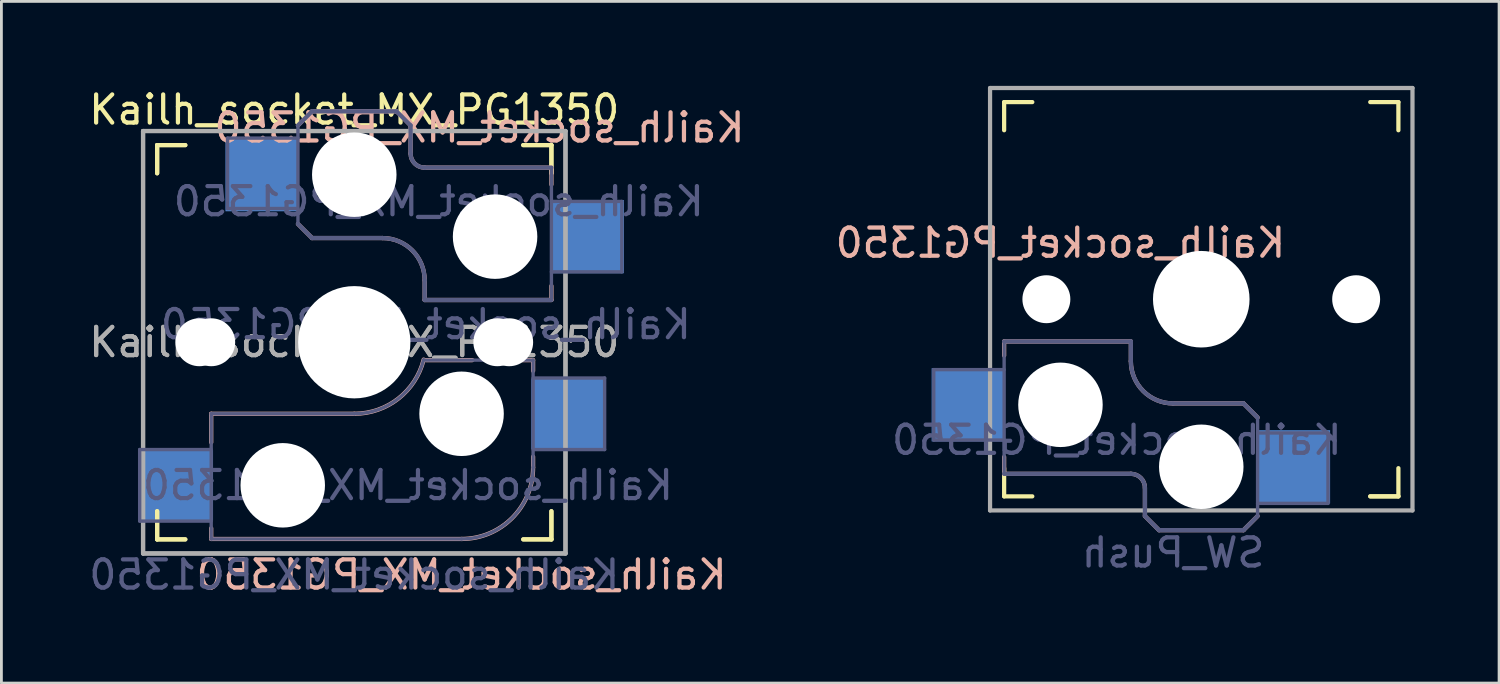
<source format=kicad_pcb>
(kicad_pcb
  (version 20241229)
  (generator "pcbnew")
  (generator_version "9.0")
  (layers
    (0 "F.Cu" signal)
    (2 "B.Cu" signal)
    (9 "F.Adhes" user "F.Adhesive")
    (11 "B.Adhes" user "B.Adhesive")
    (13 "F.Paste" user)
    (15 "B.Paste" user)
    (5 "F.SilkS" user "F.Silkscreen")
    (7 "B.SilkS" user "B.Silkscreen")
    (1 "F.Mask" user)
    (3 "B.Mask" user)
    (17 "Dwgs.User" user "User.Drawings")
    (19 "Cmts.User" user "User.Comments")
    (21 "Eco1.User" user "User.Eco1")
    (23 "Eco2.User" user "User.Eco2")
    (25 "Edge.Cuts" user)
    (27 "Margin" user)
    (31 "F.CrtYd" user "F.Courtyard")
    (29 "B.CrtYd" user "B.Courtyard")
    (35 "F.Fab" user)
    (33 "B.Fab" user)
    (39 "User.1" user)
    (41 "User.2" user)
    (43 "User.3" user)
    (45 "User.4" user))
  (footprint "Kailh_socket_MX_PG1350"
    (layer "F.Cu")
    (at 9.53 9.103)
    (property "Reference" "Kailh_socket_MX_PG1350" (at 0 -8.255 0) (layer "F.SilkS") (effects (font (size 1 1) (thickness 0.15))))
    (property "Value" "Kailh_socket_MX_PG1350" (at 0 8.25 0) (layer "F.Fab") (hide yes) (effects (font (size 1 1) (thickness 0.15))))
    (attr through_hole)
    (fp_line (start -7 -6) (end -7 -7) (stroke (width 0.15) (type solid)) (layer "F.SilkS"))
    (fp_line (start -7 -6) (end -7 -7) (stroke (width 0.15) (type solid)) (layer "F.SilkS"))
    (fp_line (start -7 7) (end -7 6) (stroke (width 0.15) (type solid)) (layer "F.SilkS"))
    (fp_line (start -7 7) (end -7 6) (stroke (width 0.15) (type solid)) (layer "F.SilkS"))
    (fp_line (start -7 7) (end -6 7) (stroke (width 0.15) (type solid)) (layer "F.SilkS"))
    (fp_line (start -7 7) (end -6 7) (stroke (width 0.15) (type solid)) (layer "F.SilkS"))
    (fp_line (start -6 -7) (end -7 -7) (stroke (width 0.15) (type solid)) (layer "F.SilkS"))
    (fp_line (start -6 -7) (end -7 -7) (stroke (width 0.15) (type solid)) (layer "F.SilkS"))
    (fp_line (start 6 7) (end 7 7) (stroke (width 0.15) (type solid)) (layer "F.SilkS"))
    (fp_line (start 6 7) (end 7 7) (stroke (width 0.15) (type solid)) (layer "F.SilkS"))
    (fp_line (start 7 -7) (end 6 -7) (stroke (width 0.15) (type solid)) (layer "F.SilkS"))
    (fp_line (start 7 -7) (end 6 -7) (stroke (width 0.15) (type solid)) (layer "F.SilkS"))
    (fp_line (start 7 -7) (end 7 -6) (stroke (width 0.15) (type solid)) (layer "F.SilkS"))
    (fp_line (start 7 -7) (end 7 -6) (stroke (width 0.15) (type solid)) (layer "F.SilkS"))
    (fp_line (start 7 6) (end 7 7) (stroke (width 0.15) (type solid)) (layer "F.SilkS"))
    (fp_line (start 7 6) (end 7 7) (stroke (width 0.15) (type solid)) (layer "F.SilkS"))
    (fp_line (start -5.08 2.54) (end -5.08 3.556) (stroke (width 0.15) (type solid)) (layer "B.SilkS"))
    (fp_line (start -5.08 6.604) (end -5.08 6.985) (stroke (width 0.15) (type solid)) (layer "B.SilkS"))
    (fp_line (start -5.08 6.985) (end 3.81 6.985) (stroke (width 0.15) (type solid)) (layer "B.SilkS"))
    (fp_line (start -2 -7.7) (end -1.5 -8.2) (stroke (width 0.15) (type solid)) (layer "B.SilkS"))
    (fp_line (start -2 -4.2) (end -1.5 -3.7) (stroke (width 0.15) (type solid)) (layer "B.SilkS"))
    (fp_line (start -1.5 -8.2) (end 1.5 -8.2) (stroke (width 0.15) (type solid)) (layer "B.SilkS"))
    (fp_line (start -1.5 -3.7) (end 1 -3.7) (stroke (width 0.15) (type solid)) (layer "B.SilkS"))
    (fp_line (start 0 2.54) (end -5.08 2.54) (stroke (width 0.15) (type solid)) (layer "B.SilkS"))
    (fp_line (start 1.5 -8.2) (end 2 -7.7) (stroke (width 0.15) (type solid)) (layer "B.SilkS"))
    (fp_line (start 2 -6.7) (end 2 -7.7) (stroke (width 0.15) (type solid)) (layer "B.SilkS"))
    (fp_line (start 2.5 -2.2) (end 2.5 -1.5) (stroke (width 0.15) (type solid)) (layer "B.SilkS"))
    (fp_line (start 2.5 -1.5) (end 7 -1.5) (stroke (width 0.15) (type solid)) (layer "B.SilkS"))
    (fp_line (start 4.191 0.635) (end 2.54 0.635) (stroke (width 0.15) (type solid)) (layer "B.SilkS"))
    (fp_line (start 6.35 0.635) (end 5.969 0.635) (stroke (width 0.15) (type solid)) (layer "B.SilkS"))
    (fp_line (start 6.35 1.016) (end 6.35 0.635) (stroke (width 0.15) (type solid)) (layer "B.SilkS"))
    (fp_line (start 6.35 4.445) (end 6.35 4.064) (stroke (width 0.15) (type solid)) (layer "B.SilkS"))
    (fp_line (start 7 -6.2) (end 2.5 -6.2) (stroke (width 0.15) (type solid)) (layer "B.SilkS"))
    (fp_line (start 7 -5.6) (end 7 -6.2) (stroke (width 0.15) (type solid)) (layer "B.SilkS"))
    (fp_line (start 7 -1.5) (end 7 -2) (stroke (width 0.15) (type solid)) (layer "B.SilkS"))
    (fp_arc (start 1 -3.7) (mid 2.06066 -3.26066) (end 2.5 -2.2) (stroke (width 0.15) (type solid)) (layer "B.SilkS"))
    (fp_arc (start 2.464162 0.61604) (mid 1.563147 2.002042) (end 0 2.54) (stroke (width 0.15) (type solid)) (layer "B.SilkS"))
    (fp_arc (start 2.5 -6.2) (mid 2.146447 -6.346447) (end 2 -6.7) (stroke (width 0.15) (type solid)) (layer "B.SilkS"))
    (fp_arc (start 6.35 4.445) (mid 5.606051 6.241051) (end 3.81 6.985) (stroke (width 0.15) (type solid)) (layer "B.SilkS"))
    (fp_line (start -6.9 6.9) (end -6.9 -6.9) (stroke (width 0.15) (type solid)) (layer "Eco2.User"))
    (fp_line (start -6.9 6.9) (end -6.9 -6.9) (stroke (width 0.15) (type solid)) (layer "Eco2.User"))
    (fp_line (start -6.9 6.9) (end 6.9 6.9) (stroke (width 0.15) (type solid)) (layer "Eco2.User"))
    (fp_line (start -6.9 6.9) (end 6.9 6.9) (stroke (width 0.15) (type solid)) (layer "Eco2.User"))
    (fp_line (start -2.6 -3.1) (end -2.6 -6.3) (stroke (width 0.15) (type solid)) (layer "Eco2.User"))
    (fp_line (start -2.6 -3.1) (end 2.6 -3.1) (stroke (width 0.15) (type solid)) (layer "Eco2.User"))
    (fp_line (start 2.6 -6.3) (end -2.6 -6.3) (stroke (width 0.15) (type solid)) (layer "Eco2.User"))
    (fp_line (start 2.6 -3.1) (end 2.6 -6.3) (stroke (width 0.15) (type solid)) (layer "Eco2.User"))
    (fp_line (start 6.9 -6.9) (end -6.9 -6.9) (stroke (width 0.15) (type solid)) (layer "Eco2.User"))
    (fp_line (start 6.9 -6.9) (end -6.9 -6.9) (stroke (width 0.15) (type solid)) (layer "Eco2.User"))
    (fp_line (start 6.9 -6.9) (end 6.9 6.9) (stroke (width 0.15) (type solid)) (layer "Eco2.User"))
    (fp_line (start 6.9 -6.9) (end 6.9 6.9) (stroke (width 0.15) (type solid)) (layer "Eco2.User"))
    (fp_line (start -7.62 3.81) (end -7.62 6.35) (stroke (width 0.12) (type solid)) (layer "B.Fab"))
    (fp_line (start -7.62 6.35) (end -5.08 6.35) (stroke (width 0.12) (type solid)) (layer "B.Fab"))
    (fp_line (start -5.08 2.54) (end -5.08 6.985) (stroke (width 0.12) (type solid)) (layer "B.Fab"))
    (fp_line (start -5.08 3.81) (end -7.62 3.81) (stroke (width 0.12) (type solid)) (layer "B.Fab"))
    (fp_line (start -5.08 6.985) (end 3.81 6.985) (stroke (width 0.12) (type solid)) (layer "B.Fab"))
    (fp_line (start -4.5 -7.25) (end -2 -7.25) (stroke (width 0.12) (type solid)) (layer "B.Fab"))
    (fp_line (start -4.5 -4.75) (end -4.5 -7.25) (stroke (width 0.12) (type solid)) (layer "B.Fab"))
    (fp_line (start -2 -7.7) (end -1.5 -8.2) (stroke (width 0.15) (type solid)) (layer "B.Fab"))
    (fp_line (start -2 -4.75) (end -4.5 -4.75) (stroke (width 0.12) (type solid)) (layer "B.Fab"))
    (fp_line (start -2 -4.25) (end -2 -7.7) (stroke (width 0.12) (type solid)) (layer "B.Fab"))
    (fp_line (start -2 -4.2) (end -1.5 -3.7) (stroke (width 0.15) (type solid)) (layer "B.Fab"))
    (fp_line (start -1.5 -8.2) (end 1.5 -8.2) (stroke (width 0.15) (type solid)) (layer "B.Fab"))
    (fp_line (start -1.5 -3.7) (end 1 -3.7) (stroke (width 0.15) (type solid)) (layer "B.Fab"))
    (fp_line (start 0 2.54) (end -5.08 2.54) (stroke (width 0.12) (type solid)) (layer "B.Fab"))
    (fp_line (start 1.5 -8.2) (end 2 -7.7) (stroke (width 0.15) (type solid)) (layer "B.Fab"))
    (fp_line (start 2 -6.7) (end 2 -7.7) (stroke (width 0.15) (type solid)) (layer "B.Fab"))
    (fp_line (start 2.5 -2.2) (end 2.5 -1.5) (stroke (width 0.15) (type solid)) (layer "B.Fab"))
    (fp_line (start 2.5 -1.5) (end 7 -1.5) (stroke (width 0.15) (type solid)) (layer "B.Fab"))
    (fp_line (start 6.35 0.635) (end 2.54 0.635) (stroke (width 0.12) (type solid)) (layer "B.Fab"))
    (fp_line (start 6.35 3.81) (end 8.89 3.81) (stroke (width 0.12) (type solid)) (layer "B.Fab"))
    (fp_line (start 6.35 4.445) (end 6.35 0.635) (stroke (width 0.12) (type solid)) (layer "B.Fab"))
    (fp_line (start 7 -6.2) (end 2.5 -6.2) (stroke (width 0.15) (type solid)) (layer "B.Fab"))
    (fp_line (start 7 -5) (end 9.5 -5) (stroke (width 0.12) (type solid)) (layer "B.Fab"))
    (fp_line (start 7 -1.5) (end 7 -6.2) (stroke (width 0.12) (type solid)) (layer "B.Fab"))
    (fp_line (start 8.89 1.27) (end 6.35 1.27) (stroke (width 0.12) (type solid)) (layer "B.Fab"))
    (fp_line (start 8.89 3.81) (end 8.89 1.27) (stroke (width 0.12) (type solid)) (layer "B.Fab"))
    (fp_line (start 9.5 -5) (end 9.5 -2.5) (stroke (width 0.12) (type solid)) (layer "B.Fab"))
    (fp_line (start 9.5 -2.5) (end 7 -2.5) (stroke (width 0.12) (type solid)) (layer "B.Fab"))
    (fp_arc (start 1 -3.7) (mid 2.06066 -3.26066) (end 2.5 -2.2) (stroke (width 0.15) (type solid)) (layer "B.Fab"))
    (fp_arc (start 2.464162 0.61604) (mid 1.563147 2.002042) (end 0 2.54) (stroke (width 0.12) (type solid)) (layer "B.Fab"))
    (fp_arc (start 2.5 -6.2) (mid 2.146447 -6.346447) (end 2 -6.7) (stroke (width 0.15) (type solid)) (layer "B.Fab"))
    (fp_arc (start 6.35 4.445) (mid 5.606051 6.241051) (end 3.81 6.985) (stroke (width 0.12) (type solid)) (layer "B.Fab"))
    (fp_line (start -7.5 -7.5) (end 7.5 -7.5) (stroke (width 0.15) (type solid)) (layer "F.Fab"))
    (fp_line (start -7.5 -7.5) (end 7.5 -7.5) (stroke (width 0.15) (type solid)) (layer "F.Fab"))
    (fp_line (start -7.5 7.5) (end -7.5 -7.5) (stroke (width 0.15) (type solid)) (layer "F.Fab"))
    (fp_line (start -7.5 7.5) (end -7.5 -7.5) (stroke (width 0.15) (type solid)) (layer "F.Fab"))
    (fp_line (start 7.5 -7.5) (end 7.5 7.5) (stroke (width 0.15) (type solid)) (layer "F.Fab"))
    (fp_line (start 7.5 -7.5) (end 7.5 7.5) (stroke (width 0.15) (type solid)) (layer "F.Fab"))
    (fp_line (start 7.5 7.5) (end -7.5 7.5) (stroke (width 0.15) (type solid)) (layer "F.Fab"))
    (fp_line (start 7.5 7.5) (end -7.5 7.5) (stroke (width 0.15) (type solid)) (layer "F.Fab"))
    (fp_text user "${REFERENCE}" (at 3.81 8.255 0) (layer "B.SilkS") (effects (font (size 1 1) (thickness 0.15)) (justify mirror)))
    (fp_text user "${REFERENCE}" (at 4.445 -7.62 0) (layer "B.SilkS") (effects (font (size 1 1) (thickness 0.15)) (justify mirror)))
    (fp_text user "${REFERENCE}" (at 3 -5 180) (layer "B.Fab") (effects (font (size 1 1) (thickness 0.15)) (justify mirror)))
    (fp_text user "${VALUE}" (at 2.54 -0.635 0) (layer "B.Fab") (effects (font (size 1 1) (thickness 0.15)) (justify mirror)))
    (fp_text user "${REFERENCE}" (at 1.905 5.08 0) (layer "B.Fab") (effects (font (size 1 1) (thickness 0.15)) (justify mirror)))
    (fp_text user "${VALUE}" (at 0 8.255 0) (layer "B.Fab") (effects (font (size 1 1) (thickness 0.15)) (justify mirror)))
    (fp_text user "${REFERENCE}" (at 0 0 0) (layer "F.Fab") (effects (font (size 1 1) (thickness 0.15))))
    (fp_text user "${REFERENCE}" (at 0 0 0) (layer "F.Fab") (effects (font (size 1 1) (thickness 0.15))))
    (pad "" np_thru_hole circle (at -5.5 0) (size 1.702 1.702) (drill 1.702) (layers "*.Cu" "*.Mask"))
    (pad "" np_thru_hole circle (at -5.08 0) (size 1.702 1.702) (drill 1.702) (layers "*.Cu" "*.Mask"))
    (pad "" np_thru_hole circle (at -2.54 5.08) (size 3 3) (drill 3) (layers "*.Cu" "*.Mask"))
    (pad "" np_thru_hole circle (at 0 -5.95) (size 3 3) (drill 3) (layers "*.Cu" "*.Mask"))
    (pad "" np_thru_hole circle (at 0 0) (size 3.429 3.429) (drill 3.429) (layers "*.Cu" "*.Mask"))
    (pad "" np_thru_hole circle (at 0 0) (size 3.988 3.988) (drill 3.988) (layers "*.Cu" "*.Mask"))
    (pad "" np_thru_hole circle (at 3.81 2.54) (size 3 3) (drill 3) (layers "*.Cu" "*.Mask"))
    (pad "" np_thru_hole circle (at 5 -3.75) (size 3 3) (drill 3) (layers "*.Cu" "*.Mask"))
    (pad "" np_thru_hole circle (at 5.08 0) (size 1.702 1.702) (drill 1.702) (layers "*.Cu" "*.Mask"))
    (pad "" np_thru_hole circle (at 5.5 0) (size 1.702 1.702) (drill 1.702) (layers "*.Cu" "*.Mask"))
    (pad "1" smd rect (at -6.29 5.08) (size 2.55 2.5) (layers "B.Cu" "B.Mask" "B.Paste"))
    (pad "1" smd rect (at -3.275 -5.95) (size 2.6 2.6) (layers "B.Cu" "B.Mask" "B.Paste"))
    (pad "2" smd rect (at 7.56 2.54) (size 2.55 2.5) (layers "B.Cu" "B.Mask" "B.Paste"))
    (pad "2" smd rect (at 8.275 -3.75) (size 2.6 2.6) (layers "B.Cu" "B.Mask" "B.Paste")))
  (footprint "Kailh_socket_PG1350"
    (layer "F.Cu")
    (at 39.606 7.575)
    (property "Reference" "Kailh_socket_PG1350" (at -5 -2 0) (layer "B.SilkS") (effects (font (size 1 1) (thickness 0.15)) (justify mirror)))
    (property "Value" "SW_Push" (at 0 8.255 0) (layer "F.Fab") (hide yes) (effects (font (size 1 1) (thickness 0.15))))
    (attr smd)
    (fp_line (start -7 -6) (end -7 -7) (stroke (width 0.15) (type solid)) (layer "F.SilkS"))
    (fp_line (start -7 7) (end -7 6) (stroke (width 0.15) (type solid)) (layer "F.SilkS"))
    (fp_line (start -7 7) (end -6 7) (stroke (width 0.15) (type solid)) (layer "F.SilkS"))
    (fp_line (start -6 -7) (end -7 -7) (stroke (width 0.15) (type solid)) (layer "F.SilkS"))
    (fp_line (start 6 7) (end 7 7) (stroke (width 0.15) (type solid)) (layer "F.SilkS"))
    (fp_line (start 7 -7) (end 6 -7) (stroke (width 0.15) (type solid)) (layer "F.SilkS"))
    (fp_line (start 7 -7) (end 7 -6) (stroke (width 0.15) (type solid)) (layer "F.SilkS"))
    (fp_line (start 7 6) (end 7 7) (stroke (width 0.15) (type solid)) (layer "F.SilkS"))
    (fp_line (start 7 7) (end 6 7) (stroke (width 0.15) (type solid)) (layer "F.SilkS"))
    (fp_line (start -7 1.5) (end -7 2) (stroke (width 0.15) (type solid)) (layer "B.SilkS"))
    (fp_line (start -7 5.6) (end -7 6.2) (stroke (width 0.15) (type solid)) (layer "B.SilkS"))
    (fp_line (start -7 6.2) (end -2.5 6.2) (stroke (width 0.15) (type solid)) (layer "B.SilkS"))
    (fp_line (start -2.5 1.5) (end -7 1.5) (stroke (width 0.15) (type solid)) (layer "B.SilkS"))
    (fp_line (start -2.5 2.2) (end -2.5 1.5) (stroke (width 0.15) (type solid)) (layer "B.SilkS"))
    (fp_line (start -2 6.7) (end -2 7.7) (stroke (width 0.15) (type solid)) (layer "B.SilkS"))
    (fp_line (start -1.5 8.2) (end -2 7.7) (stroke (width 0.15) (type solid)) (layer "B.SilkS"))
    (fp_line (start 1.5 3.7) (end -1 3.7) (stroke (width 0.15) (type solid)) (layer "B.SilkS"))
    (fp_line (start 1.5 8.2) (end -1.5 8.2) (stroke (width 0.15) (type solid)) (layer "B.SilkS"))
    (fp_line (start 2 4.2) (end 1.5 3.7) (stroke (width 0.15) (type solid)) (layer "B.SilkS"))
    (fp_line (start 2 7.7) (end 1.5 8.2) (stroke (width 0.15) (type solid)) (layer "B.SilkS"))
    (fp_arc (start -2.5 6.2) (mid -2.146447 6.346447) (end -2 6.7) (stroke (width 0.15) (type solid)) (layer "B.SilkS"))
    (fp_arc (start -1 3.7) (mid -2.06066 3.26066) (end -2.5 2.2) (stroke (width 0.15) (type solid)) (layer "B.SilkS"))
    (fp_line (start -6.9 6.9) (end -6.9 -6.9) (stroke (width 0.15) (type solid)) (layer "Eco2.User"))
    (fp_line (start -6.9 6.9) (end 6.9 6.9) (stroke (width 0.15) (type solid)) (layer "Eco2.User"))
    (fp_line (start -2.6 -3.1) (end -2.6 -6.3) (stroke (width 0.15) (type solid)) (layer "Eco2.User"))
    (fp_line (start -2.6 -3.1) (end 2.6 -3.1) (stroke (width 0.15) (type solid)) (layer "Eco2.User"))
    (fp_line (start 2.6 -6.3) (end -2.6 -6.3) (stroke (width 0.15) (type solid)) (layer "Eco2.User"))
    (fp_line (start 2.6 -3.1) (end 2.6 -6.3) (stroke (width 0.15) (type solid)) (layer "Eco2.User"))
    (fp_line (start 6.9 -6.9) (end -6.9 -6.9) (stroke (width 0.15) (type solid)) (layer "Eco2.User"))
    (fp_line (start 6.9 -6.9) (end 6.9 6.9) (stroke (width 0.15) (type solid)) (layer "Eco2.User"))
    (fp_line (start -9.5 2.5) (end -7 2.5) (stroke (width 0.12) (type solid)) (layer "B.Fab"))
    (fp_line (start -9.5 5) (end -9.5 2.5) (stroke (width 0.12) (type solid)) (layer "B.Fab"))
    (fp_line (start -7 1.5) (end -7 6.2) (stroke (width 0.12) (type solid)) (layer "B.Fab"))
    (fp_line (start -7 5) (end -9.5 5) (stroke (width 0.12) (type solid)) (layer "B.Fab"))
    (fp_line (start -7 6.2) (end -2.5 6.2) (stroke (width 0.15) (type solid)) (layer "B.Fab"))
    (fp_line (start -2.5 1.5) (end -7 1.5) (stroke (width 0.15) (type solid)) (layer "B.Fab"))
    (fp_line (start -2.5 2.2) (end -2.5 1.5) (stroke (width 0.15) (type solid)) (layer "B.Fab"))
    (fp_line (start -2 6.7) (end -2 7.7) (stroke (width 0.15) (type solid)) (layer "B.Fab"))
    (fp_line (start -1.5 8.2) (end -2 7.7) (stroke (width 0.15) (type solid)) (layer "B.Fab"))
    (fp_line (start 1.5 3.7) (end -1 3.7) (stroke (width 0.15) (type solid)) (layer "B.Fab"))
    (fp_line (start 1.5 8.2) (end -1.5 8.2) (stroke (width 0.15) (type solid)) (layer "B.Fab"))
    (fp_line (start 2 4.2) (end 1.5 3.7) (stroke (width 0.15) (type solid)) (layer "B.Fab"))
    (fp_line (start 2 4.25) (end 2 7.7) (stroke (width 0.12) (type solid)) (layer "B.Fab"))
    (fp_line (start 2 4.75) (end 4.5 4.75) (stroke (width 0.12) (type solid)) (layer "B.Fab"))
    (fp_line (start 2 7.7) (end 1.5 8.2) (stroke (width 0.15) (type solid)) (layer "B.Fab"))
    (fp_line (start 4.5 4.75) (end 4.5 7.25) (stroke (width 0.12) (type solid)) (layer "B.Fab"))
    (fp_line (start 4.5 7.25) (end 2 7.25) (stroke (width 0.12) (type solid)) (layer "B.Fab"))
    (fp_arc (start -2.5 6.2) (mid -2.146447 6.346447) (end -2 6.7) (stroke (width 0.15) (type solid)) (layer "B.Fab"))
    (fp_arc (start -1 3.7) (mid -2.06066 3.26066) (end -2.5 2.2) (stroke (width 0.15) (type solid)) (layer "B.Fab"))
    (fp_line (start -7.5 -7.5) (end 7.5 -7.5) (stroke (width 0.15) (type solid)) (layer "F.Fab"))
    (fp_line (start -7.5 7.5) (end -7.5 -7.5) (stroke (width 0.15) (type solid)) (layer "F.Fab"))
    (fp_line (start 7.5 -7.5) (end 7.5 7.5) (stroke (width 0.15) (type solid)) (layer "F.Fab"))
    (fp_line (start 7.5 7.5) (end -7.5 7.5) (stroke (width 0.15) (type solid)) (layer "F.Fab"))
    (fp_text user "${VALUE}" (at -1 9 0) (layer "B.Fab") (effects (font (size 1 1) (thickness 0.15)) (justify mirror)))
    (fp_text user "${REFERENCE}" (at -3 5 0) (layer "B.Fab") (effects (font (size 1 1) (thickness 0.15)) (justify mirror)))
    (pad "" np_thru_hole circle (at -5.5 0) (size 1.702 1.702) (drill 1.702) (layers "*.Cu" "*.Mask"))
    (pad "" np_thru_hole circle (at -5 3.75) (size 3 3) (drill 3) (layers "*.Cu" "*.Mask"))
    (pad "" np_thru_hole circle (at 0 0) (size 3.429 3.429) (drill 3.429) (layers "*.Cu" "*.Mask"))
    (pad "" np_thru_hole circle (at 0 5.95) (size 3 3) (drill 3) (layers "*.Cu" "*.Mask"))
    (pad "" np_thru_hole circle (at 5.5 0) (size 1.702 1.702) (drill 1.702) (layers "*.Cu" "*.Mask"))
    (pad "1" smd rect (at 3.275 5.95) (size 2.6 2.6) (layers "B.Cu" "B.Mask" "B.Paste"))
    (pad "2" smd rect (at -8.275 3.75) (size 2.6 2.6) (layers "B.Cu" "B.Mask" "B.Paste")))
  (gr_rect
    (start -3 -3)
    (end 50.181 21.206)
    (stroke (width 0.1) (type default))
    (fill no)
    (layer "Edge.Cuts")))
</source>
